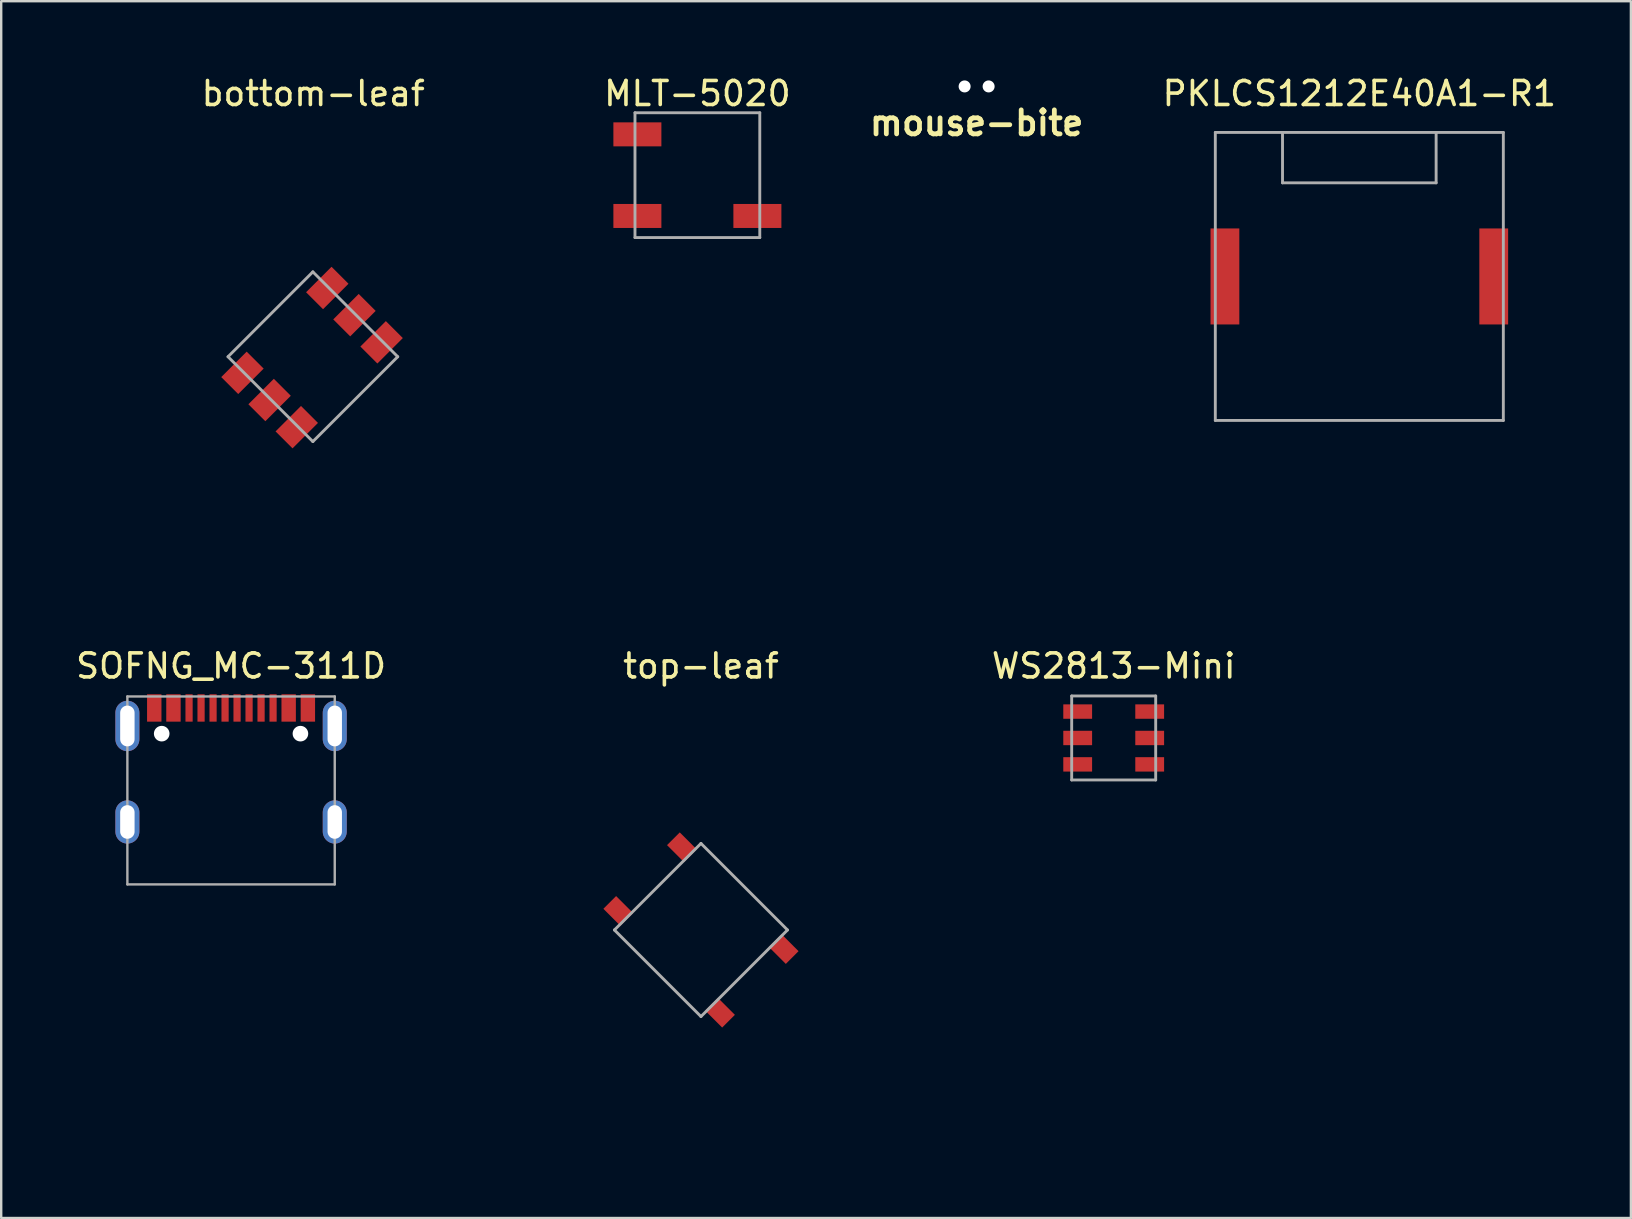
<source format=kicad_pcb>
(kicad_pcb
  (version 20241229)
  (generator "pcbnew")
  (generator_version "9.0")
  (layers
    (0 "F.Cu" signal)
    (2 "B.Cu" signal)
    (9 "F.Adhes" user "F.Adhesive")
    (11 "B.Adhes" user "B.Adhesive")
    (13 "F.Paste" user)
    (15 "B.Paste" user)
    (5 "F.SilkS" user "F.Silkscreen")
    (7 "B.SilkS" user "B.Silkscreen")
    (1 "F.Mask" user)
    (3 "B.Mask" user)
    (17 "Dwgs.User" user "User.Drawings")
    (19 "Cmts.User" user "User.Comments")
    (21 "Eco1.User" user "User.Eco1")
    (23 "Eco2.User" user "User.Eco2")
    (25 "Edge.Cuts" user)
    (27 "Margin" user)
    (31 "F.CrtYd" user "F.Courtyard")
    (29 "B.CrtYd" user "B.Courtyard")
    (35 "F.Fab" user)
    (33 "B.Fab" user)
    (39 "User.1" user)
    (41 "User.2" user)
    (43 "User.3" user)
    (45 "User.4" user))
  (footprint "PKLCS1212E40A1-R1"
    (layer "F.Cu")
    (at 53.585 8.468)
    (property "Reference" "PKLCS1212E40A1-R1" (at 0 -7.62 0) (layer "F.SilkS") (effects (font (size 1 1) (thickness 0.15))))
    (attr smd)
    (fp_line (start -6 -6) (end 6 -6) (stroke (width 0.12) (type solid)) (layer "F.Fab"))
    (fp_line (start -6 6) (end -6 -6) (stroke (width 0.12) (type solid)) (layer "F.Fab"))
    (fp_line (start -3.2 -6) (end -3.2 -3.9) (stroke (width 0.12) (type solid)) (layer "F.Fab"))
    (fp_line (start -3.2 -3.9) (end 3.2 -3.9) (stroke (width 0.12) (type solid)) (layer "F.Fab"))
    (fp_line (start 3.2 -3.9) (end 3.2 -6) (stroke (width 0.12) (type solid)) (layer "F.Fab"))
    (fp_line (start 6 -6) (end 6 6) (stroke (width 0.12) (type solid)) (layer "F.Fab"))
    (fp_line (start 6 6) (end -6 6) (stroke (width 0.12) (type solid)) (layer "F.Fab"))
    (pad "1" smd rect (at -5.6 0) (size 1.2 4) (layers "F.Cu" "F.Mask" "F.Paste"))
    (pad "2" smd rect (at 5.6 0) (size 1.2 4) (layers "F.Cu" "F.Mask" "F.Paste")))
  (footprint "SOFNG_MC-311D"
    (layer "F.Cu")
    (at 6.577 31.197)
    (property "Reference" "SOFNG_MC-311D" (at 0 -6.5 0) (layer "F.SilkS") (effects (font (size 1 1) (thickness 0.15))))
    (attr smd)
    (fp_line (start -4.32 -5.23) (end -4.32 2.6) (stroke (width 0.1) (type solid)) (layer "F.Fab"))
    (fp_line (start -4.32 -5.23) (end 4.32 -5.23) (stroke (width 0.1) (type solid)) (layer "F.Fab"))
    (fp_line (start -4.32 2.6) (end 4.32 2.6) (stroke (width 0.1) (type solid)) (layer "F.Fab"))
    (fp_line (start 4.32 -5.23) (end 4.32 2.6) (stroke (width 0.1) (type solid)) (layer "F.Fab"))
    (pad "" np_thru_hole circle (at -2.89 -3.68) (size 0.65 0.65) (drill 0.65) (layers "*.Cu" "*.Mask"))
    (pad "" np_thru_hole circle (at 2.89 -3.68) (size 0.65 0.65) (drill 0.65) (layers "*.Cu" "*.Mask"))
    (pad "A1" smd rect (at -3.2 -4.75) (size 0.6 1.14) (layers "F.Cu" "F.Mask" "F.Paste"))
    (pad "A1" smd rect (at 3.2 -4.75) (size 0.6 1.14) (layers "F.Cu" "F.Mask" "F.Paste"))
    (pad "A4" smd rect (at -2.4 -4.75) (size 0.6 1.14) (layers "F.Cu" "F.Mask" "F.Paste"))
    (pad "A4" smd rect (at 2.4 -4.75) (size 0.6 1.14) (layers "F.Cu" "F.Mask" "F.Paste"))
    (pad "A5" smd rect (at -1.25 -4.75) (size 0.3 1.14) (layers "F.Cu" "F.Mask" "F.Paste"))
    (pad "A6" smd rect (at -0.25 -4.75) (size 0.3 1.14) (layers "F.Cu" "F.Mask" "F.Paste"))
    (pad "A7" smd rect (at 0.25 -4.75) (size 0.3 1.14) (layers "F.Cu" "F.Mask" "F.Paste"))
    (pad "A8" smd rect (at 1.25 -4.75) (size 0.3 1.14) (layers "F.Cu" "F.Mask" "F.Paste"))
    (pad "B5" smd rect (at 1.75 -4.75) (size 0.3 1.14) (layers "F.Cu" "F.Mask" "F.Paste"))
    (pad "B6" smd rect (at 0.75 -4.75) (size 0.3 1.14) (layers "F.Cu" "F.Mask" "F.Paste"))
    (pad "B7" smd rect (at -0.75 -4.75) (size 0.3 1.14) (layers "F.Cu" "F.Mask" "F.Paste"))
    (pad "B8" smd rect (at -1.75 -4.75) (size 0.3 1.14) (layers "F.Cu" "F.Mask" "F.Paste"))
    (pad "S1" thru_hole oval (at -4.32 -4) (size 1 2.1) (drill oval 0.6 1.7) (layers "*.Cu" "*.Mask"))
    (pad "S1" thru_hole oval (at -4.32 0) (size 1 1.8) (drill oval 0.6 1.4) (layers "*.Cu" "*.Mask"))
    (pad "S1" thru_hole oval (at 4.32 -4) (size 1 2.1) (drill oval 0.6 1.7) (layers "*.Cu" "*.Mask"))
    (pad "S1" thru_hole oval (at 4.32 0) (size 1 1.8) (drill oval 0.6 1.4) (layers "*.Cu" "*.Mask")))
  (footprint "mouse-bite"
    (layer "F.Cu")
    (at 37.64 0.551)
    (property "Reference" "mouse-bite" (at 0 1.524 0) (layer "F.SilkS") (effects (font (size 1 1) (thickness 0.2))))
    (attr smd)
    (fp_arc (start -1.75 -0.5) (mid -1.25 0) (end -1.75 0.5) (stroke (width 0.1016) (type solid)) (layer "Eco1.User"))
    (fp_arc (start 1.75 0.5) (mid 1.25 0) (end 1.75 -0.5) (stroke (width 0.1016) (type solid)) (layer "Eco1.User"))
    (pad "" np_thru_hole circle (at -0.5 0) (size 0.5 0.5) (drill 0.5) (layers "*.Cu" "*.Mask"))
    (pad "" np_thru_hole circle (at 0.5 0) (size 0.5 0.5) (drill 0.5) (layers "*.Cu" "*.Mask")))
  (footprint "bottom-leaf"
    (layer "F.Cu")
    (at 10 11.848)
    (property "Reference" "bottom-leaf" (at 0 -11 0) (layer "F.SilkS") (effects (font (size 1 1) (thickness 0.15))))
    (attr smd)
    (fp_circle (center 0 0) (end 4.5 0) (stroke (width 9) (type solid)) (fill no) (layer "F.Mask"))
    (fp_poly (pts (xy 9 0) (xy 0 9) (xy -10 9) (xy -10 -10) (xy 9 -10)) (stroke (width 0) (type solid)) (fill yes) (layer "F.Mask"))
    (fp_circle (center 0 0) (end 4.5 0) (stroke (width 9) (type solid)) (fill no) (layer "B.Mask"))
    (fp_poly (pts (xy 9 0) (xy 0 9) (xy -10 9) (xy -10 -10) (xy 9 -10)) (stroke (width 0) (type solid)) (fill yes) (layer "B.Mask"))
    (fp_line (start -3.55 -0.035) (end -0.015 -3.571) (stroke (width 0.12) (type solid)) (layer "F.Fab"))
    (fp_line (start -3.55 -0.035) (end -0.015 3.5) (stroke (width 0.12) (type solid)) (layer "F.Fab"))
    (fp_line (start -0.015 -3.571) (end 3.521 -0.035) (stroke (width 0.12) (type solid)) (layer "F.Fab"))
    (fp_line (start 3.521 -0.035) (end -0.015 3.5) (stroke (width 0.12) (type solid)) (layer "F.Fab"))
    (pad "1" smd rect (at 2.849 -0.636 45) (size 1.5 1) (layers "F.Cu" "F.Mask" "F.Paste"))
    (pad "2" smd rect (at 1.718 -1.768 45) (size 1.5 1) (layers "F.Cu" "F.Mask" "F.Paste"))
    (pad "3" smd rect (at 0.586 -2.899 45) (size 1.5 1) (layers "F.Cu" "F.Mask" "F.Paste"))
    (pad "4" smd rect (at -2.949 0.636 45) (size 1.5 1) (layers "F.Cu" "F.Mask" "F.Paste"))
    (pad "5" smd rect (at -1.818 1.768 45) (size 1.5 1) (layers "F.Cu" "F.Mask" "F.Paste"))
    (pad "6" smd rect (at -0.686 2.899 45) (size 1.5 1) (layers "F.Cu" "F.Mask" "F.Paste")))
  (footprint "MLT-5020"
    (layer "F.Cu")
    (at 26.006 4.248)
    (property "Reference" "MLT-5020" (at 0 -3.4 0) (layer "F.SilkS") (effects (font (size 1 1) (thickness 0.15))))
    (attr smd)
    (fp_line (start -2.6 -2.6) (end -2.6 2.6) (stroke (width 0.12) (type solid)) (layer "F.Fab"))
    (fp_line (start -2.6 -2.6) (end 2.6 -2.6) (stroke (width 0.12) (type solid)) (layer "F.Fab"))
    (fp_line (start 2.6 -2.6) (end 2.6 2.6) (stroke (width 0.12) (type solid)) (layer "F.Fab"))
    (fp_line (start 2.6 2.6) (end -2.6 2.6) (stroke (width 0.12) (type solid)) (layer "F.Fab"))
    (pad "1" smd rect (at -2.5 1.7 90) (size 1 2) (layers "F.Cu" "F.Mask" "F.Paste"))
    (pad "2" smd rect (at 2.5 1.7 90) (size 1 2) (layers "F.Cu" "F.Mask" "F.Paste"))
    (pad "3" smd rect (at -2.5 -1.7 90) (size 1 2) (layers "F.Cu" "F.Mask" "F.Paste")))
  (footprint "top-leaf"
    (layer "F.Cu")
    (at 26.155 35.697)
    (property "Reference" "top-leaf" (at 0 -11 0) (layer "F.SilkS") (effects (font (size 1 1) (thickness 0.15))))
    (attr smd)
    (fp_circle (center 0 0) (end 4.5 0) (stroke (width 9) (type solid)) (fill no) (layer "F.Mask"))
    (fp_poly (pts (xy 9 0) (xy 0 9) (xy -10 9) (xy -10 -10) (xy 9 -10)) (stroke (width 0) (type solid)) (fill yes) (layer "F.Mask"))
    (fp_circle (center 0 0) (end 4.5 0) (stroke (width 9) (type solid)) (fill no) (layer "B.Mask"))
    (fp_poly (pts (xy 9 0) (xy 0 9) (xy -10 9) (xy -10 -10) (xy 9 -10)) (stroke (width 0) (type solid)) (fill yes) (layer "B.Mask"))
    (fp_line (start -3.606 0) (end 0 -3.606) (stroke (width 0.12) (type solid)) (layer "F.Fab"))
    (fp_line (start 0 -3.606) (end 3.606 0) (stroke (width 0.12) (type solid)) (layer "F.Fab"))
    (fp_line (start 0 3.606) (end -3.606 0) (stroke (width 0.12) (type solid)) (layer "F.Fab"))
    (fp_line (start 3.606 0) (end 0 3.606) (stroke (width 0.12) (type solid)) (layer "F.Fab"))
    (pad "1" smd rect (at -3.447 -0.795 135) (size 1 0.75) (layers "F.Cu" "F.Mask" "F.Paste"))
    (pad "1" smd rect (at 0.795 3.447 135) (size 1 0.75) (layers "F.Cu" "F.Mask" "F.Paste"))
    (pad "2" smd rect (at -0.795 -3.447 135) (size 1 0.75) (layers "F.Cu" "F.Mask" "F.Paste"))
    (pad "2" smd rect (at 3.447 0.795 135) (size 1 0.75) (layers "F.Cu" "F.Mask" "F.Paste")))
  (footprint "WS2813-Mini"
    (layer "F.Cu")
    (at 43.351 27.697)
    (property "Reference" "WS2813-Mini" (at 0 -3 0) (layer "F.SilkS") (effects (font (size 1 1) (thickness 0.15))))
    (attr smd)
    (fp_line (start -1.75 -1.75) (end 1.75 -1.75) (stroke (width 0.12) (type solid)) (layer "F.Fab"))
    (fp_line (start -1.75 1.75) (end -1.75 -1.75) (stroke (width 0.12) (type solid)) (layer "F.Fab"))
    (fp_line (start 1.75 -1.75) (end 1.75 1.75) (stroke (width 0.12) (type solid)) (layer "F.Fab"))
    (fp_line (start 1.75 1.75) (end -1.75 1.75) (stroke (width 0.12) (type solid)) (layer "F.Fab"))
    (pad "1" smd rect (at 1.5 1.1) (size 1.2 0.6) (layers "F.Cu" "F.Mask" "F.Paste"))
    (pad "2" smd rect (at 1.5 0) (size 1.2 0.6) (layers "F.Cu" "F.Mask" "F.Paste"))
    (pad "3" smd rect (at 1.5 -1.1) (size 1.2 0.6) (layers "F.Cu" "F.Mask" "F.Paste"))
    (pad "4" smd rect (at -1.5 -1.1) (size 1.2 0.6) (layers "F.Cu" "F.Mask" "F.Paste"))
    (pad "5" smd rect (at -1.5 0) (size 1.2 0.6) (layers "F.Cu" "F.Mask" "F.Paste"))
    (pad "6" smd rect (at -1.5 1.1) (size 1.2 0.6) (layers "F.Cu" "F.Mask" "F.Paste")))
  (gr_rect
    (start -3 -3)
    (end 64.9 47.697)
    (stroke (width 0.1) (type default))
    (fill no)
    (layer "Edge.Cuts")))
</source>
